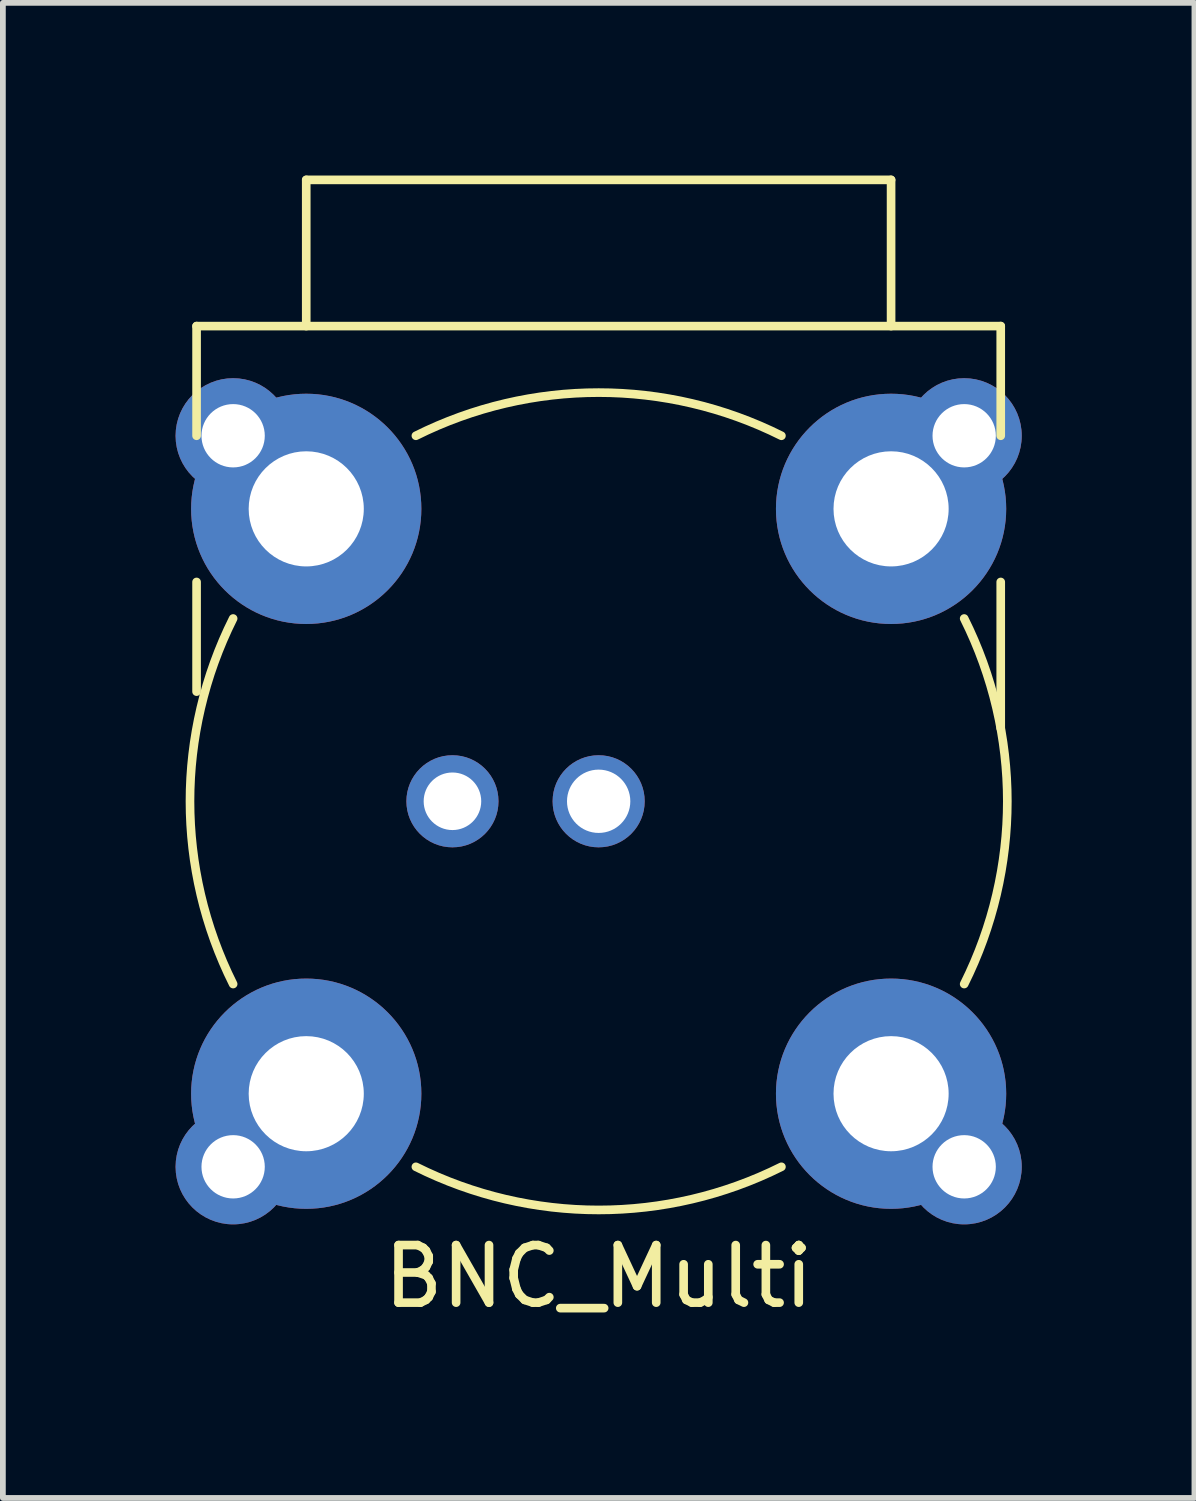
<source format=kicad_pcb>
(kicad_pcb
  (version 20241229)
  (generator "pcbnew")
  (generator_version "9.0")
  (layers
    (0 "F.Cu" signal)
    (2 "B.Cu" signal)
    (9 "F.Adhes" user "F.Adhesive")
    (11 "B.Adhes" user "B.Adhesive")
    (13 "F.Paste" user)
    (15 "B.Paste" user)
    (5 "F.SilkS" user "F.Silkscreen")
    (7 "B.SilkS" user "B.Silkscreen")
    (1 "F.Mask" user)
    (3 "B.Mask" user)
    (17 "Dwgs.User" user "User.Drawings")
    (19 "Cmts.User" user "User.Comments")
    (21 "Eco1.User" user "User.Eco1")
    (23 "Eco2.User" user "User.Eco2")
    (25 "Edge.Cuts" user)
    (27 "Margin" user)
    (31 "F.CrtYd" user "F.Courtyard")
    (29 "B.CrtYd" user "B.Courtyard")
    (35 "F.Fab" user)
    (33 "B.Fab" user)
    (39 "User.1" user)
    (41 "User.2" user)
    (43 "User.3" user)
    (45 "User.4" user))
  (footprint "BNC_Multi"
    (layer "F.Cu")
    (at 7.35 10.87)
    (property "Reference" "BNC_Multi" (at 0 8.255 0) (layer "F.SilkS") (effects (font (size 1 1) (thickness 0.15))))
    (attr through_hole)
    (fp_line (start -6.985 -8.255) (end -6.985 -6.35) (stroke (width 0.15) (type solid)) (layer "F.SilkS"))
    (fp_line (start -6.985 -3.81) (end -6.985 -1.905) (stroke (width 0.15) (type solid)) (layer "F.SilkS"))
    (fp_line (start -5.08 -10.795) (end 5.08 -10.795) (stroke (width 0.15) (type solid)) (layer "F.SilkS"))
    (fp_line (start -5.08 -8.255) (end -5.08 -10.795) (stroke (width 0.15) (type solid)) (layer "F.SilkS"))
    (fp_line (start 5.08 -10.795) (end 5.08 -8.255) (stroke (width 0.15) (type solid)) (layer "F.SilkS"))
    (fp_line (start 6.985 -8.255) (end -6.985 -8.255) (stroke (width 0.15) (type solid)) (layer "F.SilkS"))
    (fp_line (start 6.985 -6.35) (end 6.985 -8.255) (stroke (width 0.15) (type solid)) (layer "F.SilkS"))
    (fp_line (start 6.985 -1.27) (end 6.985 -3.81) (stroke (width 0.15) (type solid)) (layer "F.SilkS"))
    (fp_arc (start -6.35 3.175) (mid -7.099516 0) (end -6.35 -3.175) (stroke (width 0.15) (type solid)) (layer "F.SilkS"))
    (fp_arc (start -3.175 -6.35) (mid 0 -7.099516) (end 3.175 -6.35) (stroke (width 0.15) (type solid)) (layer "F.SilkS"))
    (fp_arc (start 3.175 6.35) (mid 0 7.099516) (end -3.175 6.35) (stroke (width 0.15) (type solid)) (layer "F.SilkS"))
    (fp_arc (start 6.35 -3.175) (mid 7.099516 0) (end 6.35 3.175) (stroke (width 0.15) (type solid)) (layer "F.SilkS"))
    (pad "1" thru_hole circle (at 0 0) (size 1.6 1.6) (drill 1.1) (layers "*.Cu" "*.Mask"))
    (pad "2" thru_hole circle (at -6.35 -6.35) (size 2 2) (drill 1.1) (layers "*.Cu" "*.Mask"))
    (pad "2" thru_hole circle (at -6.35 6.35) (size 2 2) (drill 1.1) (layers "*.Cu" "*.Mask"))
    (pad "2" thru_hole circle (at -5.08 -5.08) (size 4 4) (drill 2) (layers "*.Cu" "*.Mask"))
    (pad "2" thru_hole circle (at -5.08 5.08) (size 4 4) (drill 2) (layers "*.Cu" "*.Mask"))
    (pad "2" thru_hole circle (at -2.54 0) (size 1.6 1.6) (drill 1) (layers "*.Cu" "*.Mask"))
    (pad "2" thru_hole circle (at 5.08 -5.08) (size 4 4) (drill 2) (layers "*.Cu" "*.Mask"))
    (pad "2" thru_hole circle (at 5.08 5.08) (size 4 4) (drill 2) (layers "*.Cu" "*.Mask"))
    (pad "2" thru_hole circle (at 6.35 -6.35) (size 2 2) (drill 1.1) (layers "*.Cu" "*.Mask"))
    (pad "2" thru_hole circle (at 6.35 6.35) (size 2 2) (drill 1.1) (layers "*.Cu" "*.Mask")))
  (gr_rect
    (start -3 -3)
    (end 17.7 22.973)
    (stroke (width 0.1) (type default))
    (fill no)
    (layer "Edge.Cuts")))
</source>
